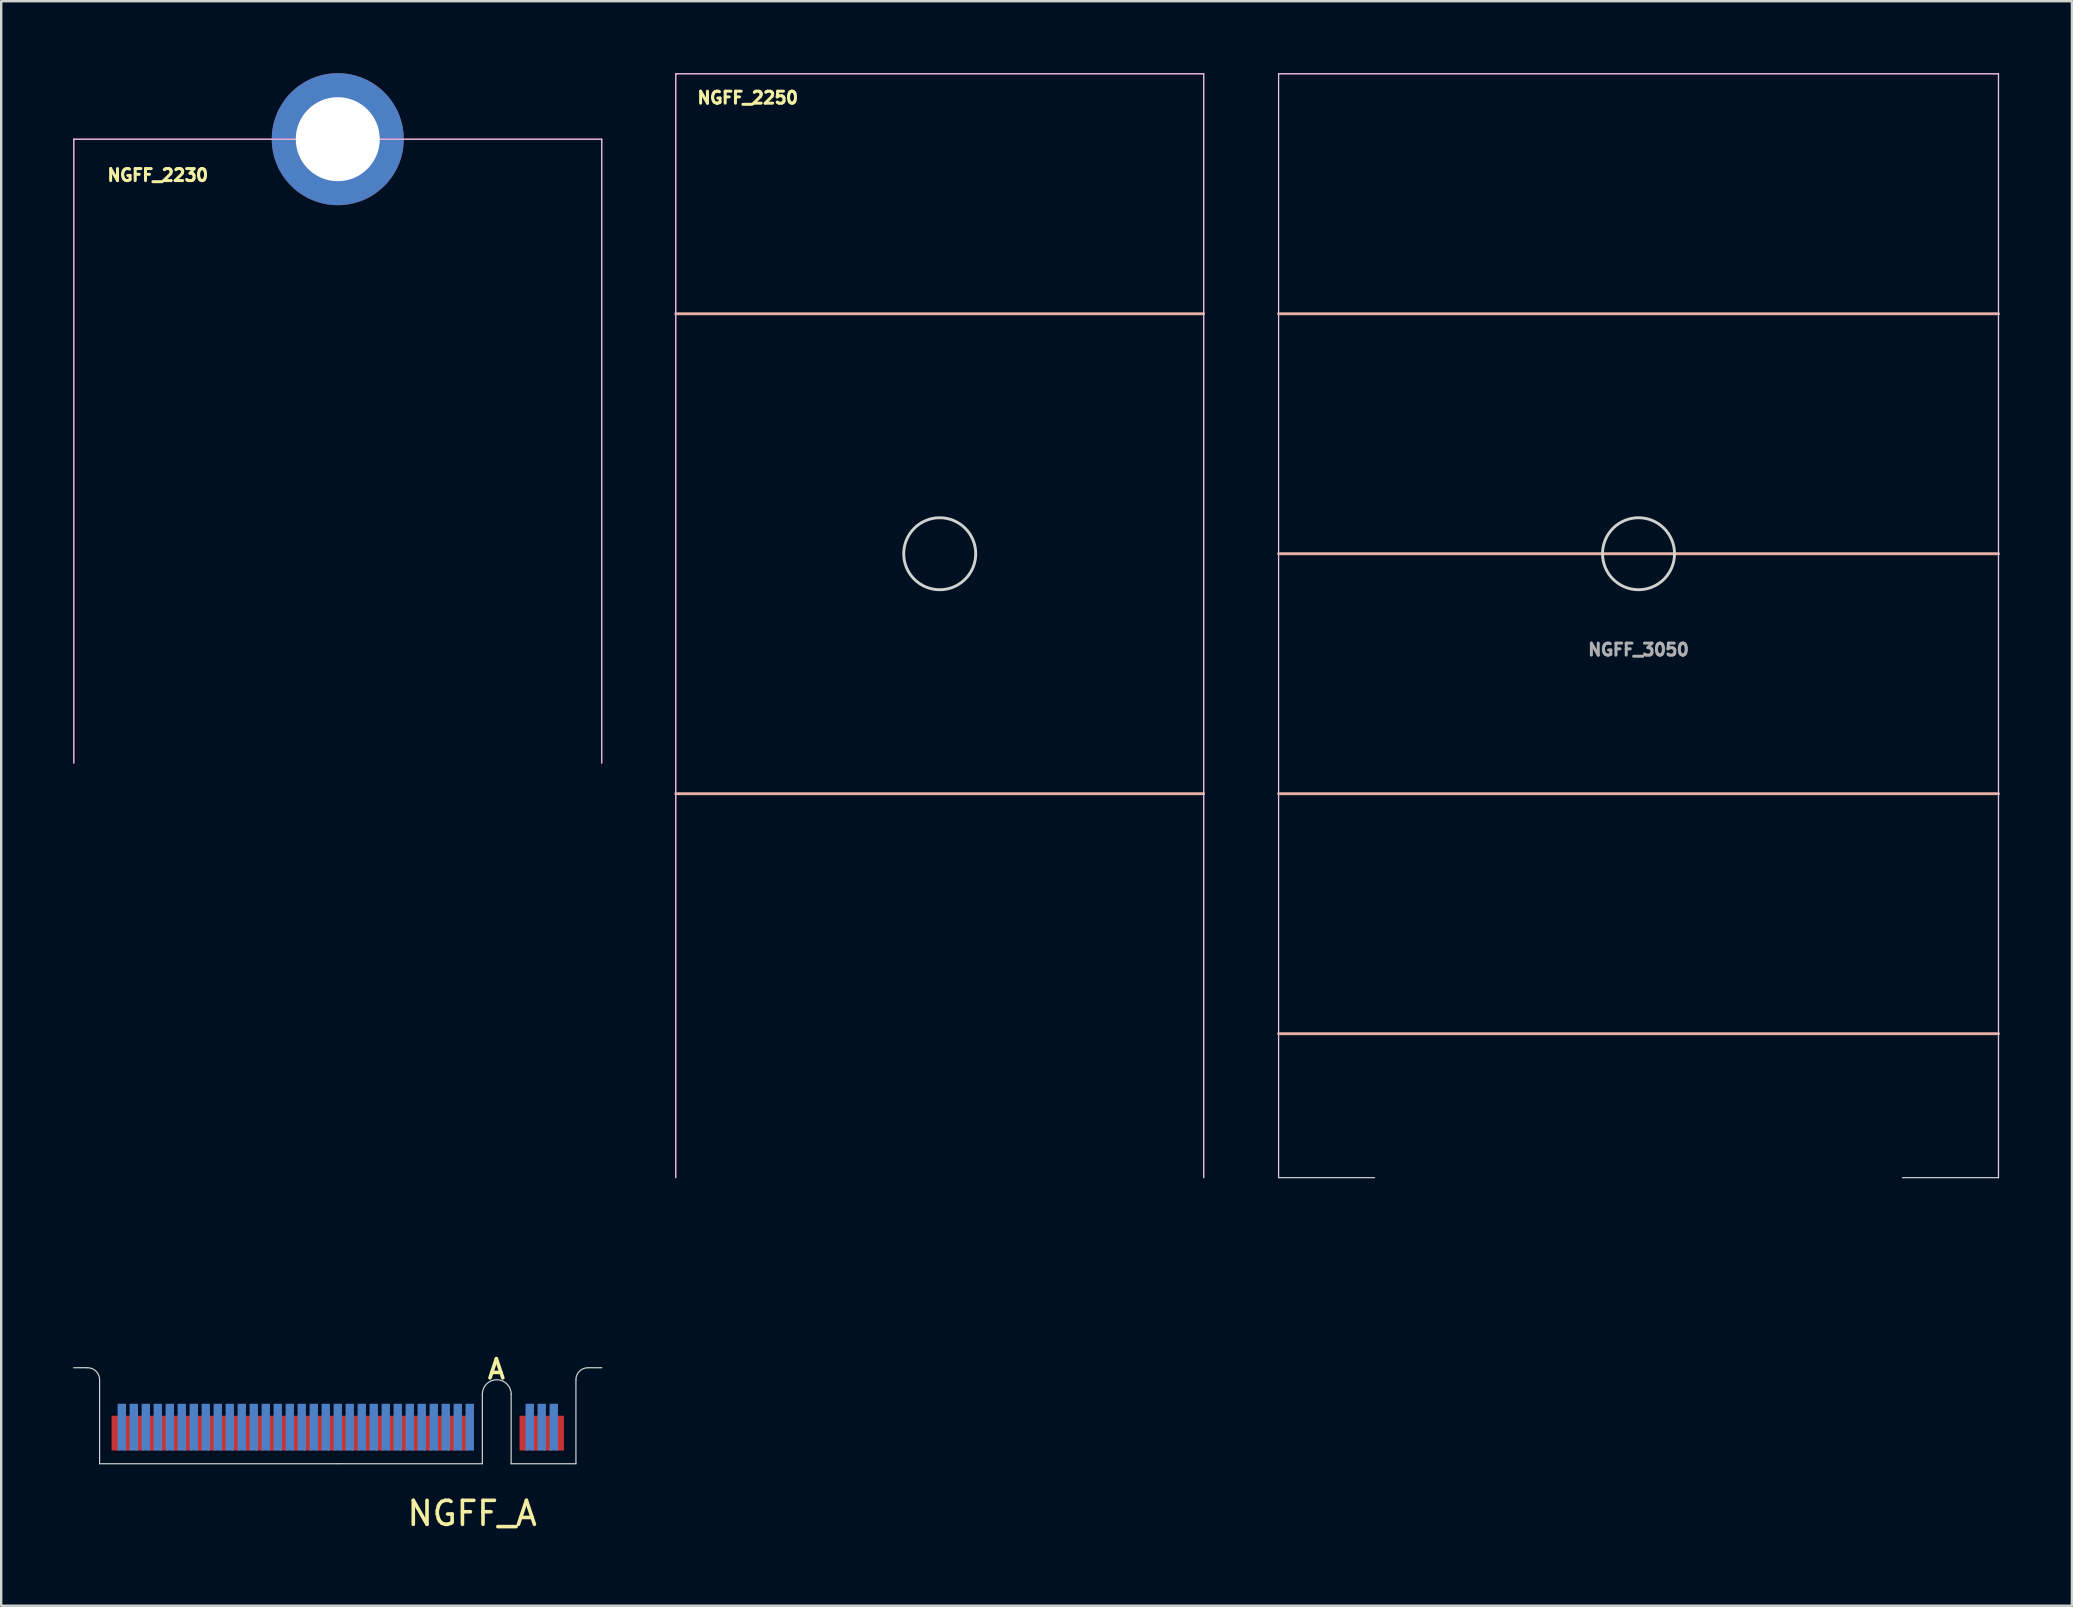
<source format=kicad_pcb>
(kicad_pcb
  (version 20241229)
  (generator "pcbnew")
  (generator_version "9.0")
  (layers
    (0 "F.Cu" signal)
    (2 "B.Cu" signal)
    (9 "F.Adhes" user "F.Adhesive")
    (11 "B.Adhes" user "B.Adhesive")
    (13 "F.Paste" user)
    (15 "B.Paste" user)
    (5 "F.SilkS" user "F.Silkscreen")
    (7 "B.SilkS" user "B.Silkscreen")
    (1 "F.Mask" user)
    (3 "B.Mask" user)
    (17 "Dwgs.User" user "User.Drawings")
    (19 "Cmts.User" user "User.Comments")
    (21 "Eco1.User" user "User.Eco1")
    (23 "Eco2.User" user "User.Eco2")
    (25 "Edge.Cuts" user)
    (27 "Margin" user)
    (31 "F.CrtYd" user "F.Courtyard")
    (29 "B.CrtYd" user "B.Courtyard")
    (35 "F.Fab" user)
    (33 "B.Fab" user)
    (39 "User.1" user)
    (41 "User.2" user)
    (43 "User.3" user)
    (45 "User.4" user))
  (footprint "NGFF_2230"
    (layer "F.Cu")
    (at 11.025 32.75)
    (property "Reference" "NGFF_2230" (at -7.5 -28.5 0) (layer "F.SilkS") (effects (font (size 0.5 0.5) (thickness 0.125))))
    (attr through_hole)
    (fp_line (start 0 0) (end 0 -30) (stroke (width 0.01) (type solid)) (layer "Eco1.User"))
    (fp_line (start -11 -30) (end -11 -4) (stroke (width 0.05) (type solid)) (layer "Edge.Cuts"))
    (fp_line (start 11 -30) (end -11 -30) (stroke (width 0.05) (type solid)) (layer "Edge.Cuts"))
    (fp_line (start 11 -30) (end 11 -4) (stroke (width 0.05) (type solid)) (layer "Edge.Cuts"))
    (fp_line (start -11 -30) (end -11 -4) (stroke (width 0.05) (type solid)) (layer "F.CrtYd"))
    (fp_line (start 11 -30) (end -11 -30) (stroke (width 0.05) (type solid)) (layer "F.CrtYd"))
    (fp_line (start 11 -30) (end 11 -4) (stroke (width 0.05) (type solid)) (layer "F.CrtYd"))
    (pad "1" thru_hole circle (at 0 -30) (size 5.5 5.5) (drill 3.5) (layers "*.Cu" "*.Mask")))
  (footprint "NGFF_3050"
    (layer "F.Cu")
    (at 65.23 50.025)
    (property "Reference" "NGFF_3050" (at 0 -26 0) (layer "F.Fab") (effects (font (size 0.5 0.5) (thickness 0.125))))
    (attr through_hole)
    (fp_line (start -15 -40) (end 15 -40) (stroke (width 0.12) (type solid)) (layer "B.SilkS"))
    (fp_line (start -15 -20) (end 15 -20) (stroke (width 0.12) (type solid)) (layer "B.SilkS"))
    (fp_line (start -15 -10) (end 15 -10) (stroke (width 0.12) (type solid)) (layer "B.SilkS"))
    (fp_line (start 15 -30) (end -15 -30) (stroke (width 0.12) (type solid)) (layer "B.SilkS"))
    (fp_line (start 0 0) (end 0 -30) (stroke (width 0.01) (type solid)) (layer "Eco1.User"))
    (fp_line (start -15 -50) (end -15 -4) (stroke (width 0.05) (type solid)) (layer "Edge.Cuts"))
    (fp_line (start -11 -4) (end -15 -4) (stroke (width 0.05) (type solid)) (layer "Edge.Cuts"))
    (fp_line (start 15 -50) (end -15 -50) (stroke (width 0.05) (type solid)) (layer "Edge.Cuts"))
    (fp_line (start 15 -50) (end 15 -4) (stroke (width 0.05) (type solid)) (layer "Edge.Cuts"))
    (fp_line (start 15 -4) (end 11 -4) (stroke (width 0.05) (type solid)) (layer "Edge.Cuts"))
    (fp_circle (center 0 -30) (end 1.5 -30) (stroke (width 0.12) (type solid)) (fill no) (layer "Edge.Cuts"))
    (fp_line (start -15 -50) (end -15 -4) (stroke (width 0.05) (type solid)) (layer "F.CrtYd"))
    (fp_line (start 15 -50) (end -15 -50) (stroke (width 0.05) (type solid)) (layer "F.CrtYd"))
    (fp_line (start 15 -50) (end 15 -4) (stroke (width 0.05) (type solid)) (layer "F.CrtYd")))
  (footprint "NGFF_A"
    (layer "F.Cu")
    (at 11.025 57.946)
    (property "Reference" "NGFF_A" (at 5.6 2.07 0) (layer "F.SilkS") (effects (font (size 1 1) (thickness 0.15))))
    (attr through_hole)
    (fp_poly (pts (xy -9.925 0) (xy 6.025 0) (xy 6.025 -2) (xy -9.925 -2)) (stroke (width 0.1) (type solid)) (fill yes) (layer "F.Mask"))
    (fp_poly (pts (xy 7.225 0) (xy 9.925 0) (xy 9.925 -2) (xy 7.225 -2)) (stroke (width 0.1) (type solid)) (fill yes) (layer "F.Mask"))
    (fp_poly (pts (xy -9.925 0) (xy 6.025 0) (xy 6.025 -2.5) (xy -9.925 -2.5)) (stroke (width 0.1) (type solid)) (fill yes) (layer "B.Mask"))
    (fp_poly (pts (xy 7.225 0) (xy 9.925 0) (xy 9.925 -2.5) (xy 7.225 -2.5)) (stroke (width 0.1) (type solid)) (fill yes) (layer "B.Mask"))
    (fp_line (start -11 -4) (end -10.425 -4) (stroke (width 0.05) (type solid)) (layer "Edge.Cuts"))
    (fp_line (start -9.925 -3.5) (end -9.925 0) (stroke (width 0.05) (type solid)) (layer "Edge.Cuts"))
    (fp_line (start -9.925 0) (end 0 0) (stroke (width 0.05) (type solid)) (layer "Edge.Cuts"))
    (fp_line (start 0 0) (end 6.025 0) (stroke (width 0.05) (type solid)) (layer "Edge.Cuts"))
    (fp_line (start 6.025 0) (end 6.025 -2.9) (stroke (width 0.05) (type solid)) (layer "Edge.Cuts"))
    (fp_line (start 7.225 -2.9) (end 7.225 0) (stroke (width 0.05) (type solid)) (layer "Edge.Cuts"))
    (fp_line (start 7.225 0) (end 9.925 0) (stroke (width 0.05) (type solid)) (layer "Edge.Cuts"))
    (fp_line (start 9.925 0) (end 9.925 -3.5) (stroke (width 0.05) (type solid)) (layer "Edge.Cuts"))
    (fp_line (start 10.425 -4) (end 11 -4) (stroke (width 0.05) (type solid)) (layer "Edge.Cuts"))
    (fp_arc (start -10.425 -4) (mid -10.071447 -3.853553) (end -9.925 -3.5) (stroke (width 0.05) (type solid)) (layer "Edge.Cuts"))
    (fp_arc (start 6.025 -2.9) (mid 6.625 -3.5) (end 7.225 -2.9) (stroke (width 0.05) (type solid)) (layer "Edge.Cuts"))
    (fp_arc (start 9.925 -3.5) (mid 10.071447 -3.853553) (end 10.425 -4) (stroke (width 0.05) (type solid)) (layer "Edge.Cuts"))
    (fp_text user "A" (at 6.61 -3.94 0) (layer "F.SilkS") (effects (font (size 0.8 0.8) (thickness 0.15))))
    (pad "1" smd rect (at 9.25 -1.275) (size 0.35 1.45) (layers "F.Cu"))
    (pad "2" smd rect (at 9 -1.525) (size 0.35 1.95) (layers "B.Cu"))
    (pad "3" smd rect (at 8.75 -1.275) (size 0.35 1.45) (layers "F.Cu"))
    (pad "4" smd rect (at 8.5 -1.525) (size 0.35 1.95) (layers "B.Cu"))
    (pad "5" smd rect (at 8.25 -1.275) (size 0.35 1.45) (layers "F.Cu"))
    (pad "6" smd rect (at 8 -1.525) (size 0.35 1.95) (layers "B.Cu"))
    (pad "7" smd rect (at 7.75 -1.275) (size 0.35 1.45) (layers "F.Cu"))
    (pad "16" smd rect (at 5.5 -1.525) (size 0.35 1.95) (layers "B.Cu"))
    (pad "17" smd rect (at 5.25 -1.275) (size 0.35 1.45) (layers "F.Cu"))
    (pad "18" smd rect (at 5 -1.525) (size 0.35 1.95) (layers "B.Cu"))
    (pad "19" smd rect (at 4.75 -1.275) (size 0.35 1.45) (layers "F.Cu"))
    (pad "20" smd rect (at 4.5 -1.525) (size 0.35 1.95) (layers "B.Cu"))
    (pad "21" smd rect (at 4.25 -1.275) (size 0.35 1.45) (layers "F.Cu"))
    (pad "22" smd rect (at 4 -1.525) (size 0.35 1.95) (layers "B.Cu"))
    (pad "23" smd rect (at 3.75 -1.275) (size 0.35 1.45) (layers "F.Cu"))
    (pad "24" smd rect (at 3.5 -1.525) (size 0.35 1.95) (layers "B.Cu"))
    (pad "25" smd rect (at 3.25 -1.275) (size 0.35 1.45) (layers "F.Cu"))
    (pad "26" smd rect (at 3 -1.525) (size 0.35 1.95) (layers "B.Cu"))
    (pad "27" smd rect (at 2.75 -1.275) (size 0.35 1.45) (layers "F.Cu"))
    (pad "28" smd rect (at 2.5 -1.525) (size 0.35 1.95) (layers "B.Cu"))
    (pad "29" smd rect (at 2.25 -1.275) (size 0.35 1.45) (layers "F.Cu"))
    (pad "30" smd rect (at 2 -1.525) (size 0.35 1.95) (layers "B.Cu"))
    (pad "31" smd rect (at 1.75 -1.275) (size 0.35 1.45) (layers "F.Cu"))
    (pad "32" smd rect (at 1.5 -1.525) (size 0.35 1.95) (layers "B.Cu"))
    (pad "33" smd rect (at 1.25 -1.275) (size 0.35 1.45) (layers "F.Cu"))
    (pad "34" smd rect (at 1 -1.525) (size 0.35 1.95) (layers "B.Cu"))
    (pad "35" smd rect (at 0.75 -1.275) (size 0.35 1.45) (layers "F.Cu"))
    (pad "36" smd rect (at 0.5 -1.525) (size 0.35 1.95) (layers "B.Cu"))
    (pad "37" smd rect (at 0.25 -1.275) (size 0.35 1.45) (layers "F.Cu"))
    (pad "38" smd rect (at 0 -1.525) (size 0.35 1.95) (layers "B.Cu"))
    (pad "39" smd rect (at -0.25 -1.275) (size 0.35 1.45) (layers "F.Cu"))
    (pad "40" smd rect (at -0.5 -1.525) (size 0.35 1.95) (layers "B.Cu"))
    (pad "41" smd rect (at -0.75 -1.275) (size 0.35 1.45) (layers "F.Cu"))
    (pad "42" smd rect (at -1 -1.525) (size 0.35 1.95) (layers "B.Cu"))
    (pad "43" smd rect (at -1.25 -1.275) (size 0.35 1.45) (layers "F.Cu"))
    (pad "44" smd rect (at -1.5 -1.525) (size 0.35 1.95) (layers "B.Cu"))
    (pad "45" smd rect (at -1.75 -1.275) (size 0.35 1.45) (layers "F.Cu"))
    (pad "46" smd rect (at -2 -1.525) (size 0.35 1.95) (layers "B.Cu"))
    (pad "47" smd rect (at -2.25 -1.275) (size 0.35 1.45) (layers "F.Cu"))
    (pad "48" smd rect (at -2.5 -1.525) (size 0.35 1.95) (layers "B.Cu"))
    (pad "49" smd rect (at -2.75 -1.275) (size 0.35 1.45) (layers "F.Cu"))
    (pad "50" smd rect (at -3 -1.525) (size 0.35 1.95) (layers "B.Cu"))
    (pad "51" smd rect (at -3.25 -1.275) (size 0.35 1.45) (layers "F.Cu"))
    (pad "52" smd rect (at -3.5 -1.525) (size 0.35 1.95) (layers "B.Cu"))
    (pad "53" smd rect (at -3.75 -1.275) (size 0.35 1.45) (layers "F.Cu"))
    (pad "54" smd rect (at -4 -1.525) (size 0.35 1.95) (layers "B.Cu"))
    (pad "55" smd rect (at -4.25 -1.275) (size 0.35 1.45) (layers "F.Cu"))
    (pad "56" smd rect (at -4.5 -1.525) (size 0.35 1.95) (layers "B.Cu"))
    (pad "57" smd rect (at -4.75 -1.275) (size 0.35 1.45) (layers "F.Cu"))
    (pad "58" smd rect (at -5 -1.525) (size 0.35 1.95) (layers "B.Cu"))
    (pad "59" smd rect (at -5.25 -1.275) (size 0.35 1.45) (layers "F.Cu"))
    (pad "60" smd rect (at -5.5 -1.525) (size 0.35 1.95) (layers "B.Cu"))
    (pad "61" smd rect (at -5.75 -1.275) (size 0.35 1.45) (layers "F.Cu"))
    (pad "62" smd rect (at -6 -1.525) (size 0.35 1.95) (layers "B.Cu"))
    (pad "63" smd rect (at -6.25 -1.275) (size 0.35 1.45) (layers "F.Cu"))
    (pad "64" smd rect (at -6.5 -1.525) (size 0.35 1.95) (layers "B.Cu"))
    (pad "65" smd rect (at -6.75 -1.275) (size 0.35 1.45) (layers "F.Cu"))
    (pad "66" smd rect (at -7 -1.525) (size 0.35 1.95) (layers "B.Cu"))
    (pad "67" smd rect (at -7.25 -1.275) (size 0.35 1.45) (layers "F.Cu"))
    (pad "68" smd rect (at -7.5 -1.525) (size 0.35 1.95) (layers "B.Cu"))
    (pad "69" smd rect (at -7.75 -1.275) (size 0.35 1.45) (layers "F.Cu"))
    (pad "70" smd rect (at -8 -1.525) (size 0.35 1.95) (layers "B.Cu"))
    (pad "71" smd rect (at -8.25 -1.275) (size 0.35 1.45) (layers "F.Cu"))
    (pad "72" smd rect (at -8.5 -1.525) (size 0.35 1.95) (layers "B.Cu"))
    (pad "73" smd rect (at -8.75 -1.275) (size 0.35 1.45) (layers "F.Cu"))
    (pad "74" smd rect (at -9 -1.525) (size 0.35 1.95) (layers "B.Cu"))
    (pad "75" smd rect (at -9.25 -1.275) (size 0.35 1.45) (layers "F.Cu")))
  (footprint "NGFF_2250"
    (layer "F.Cu")
    (at 36.11 50.025)
    (property "Reference" "NGFF_2250" (at -8 -49 0) (layer "F.SilkS") (effects (font (size 0.5 0.5) (thickness 0.125))))
    (attr through_hole)
    (fp_line (start -11 -40) (end 11 -40) (stroke (width 0.12) (type solid)) (layer "B.SilkS"))
    (fp_line (start -11 -20) (end 11 -20) (stroke (width 0.12) (type solid)) (layer "B.SilkS"))
    (fp_line (start 0 0) (end 0 -30) (stroke (width 0.01) (type solid)) (layer "Eco1.User"))
    (fp_line (start -11 -50) (end -11 -4) (stroke (width 0.05) (type solid)) (layer "Edge.Cuts"))
    (fp_line (start 11 -50) (end -11 -50) (stroke (width 0.05) (type solid)) (layer "Edge.Cuts"))
    (fp_line (start 11 -50) (end 11 -4) (stroke (width 0.05) (type solid)) (layer "Edge.Cuts"))
    (fp_circle (center 0 -30) (end 1.5 -30) (stroke (width 0.12) (type solid)) (fill no) (layer "Edge.Cuts"))
    (fp_line (start -11 -50) (end -11 -4) (stroke (width 0.05) (type solid)) (layer "F.CrtYd"))
    (fp_line (start 11 -50) (end -11 -50) (stroke (width 0.05) (type solid)) (layer "F.CrtYd"))
    (fp_line (start 11 -50) (end 11 -4) (stroke (width 0.05) (type solid)) (layer "F.CrtYd")))
  (gr_rect
    (start -3 -3)
    (end 83.29 63.864)
    (stroke (width 0.1) (type default))
    (fill no)
    (layer "Edge.Cuts")))
</source>
